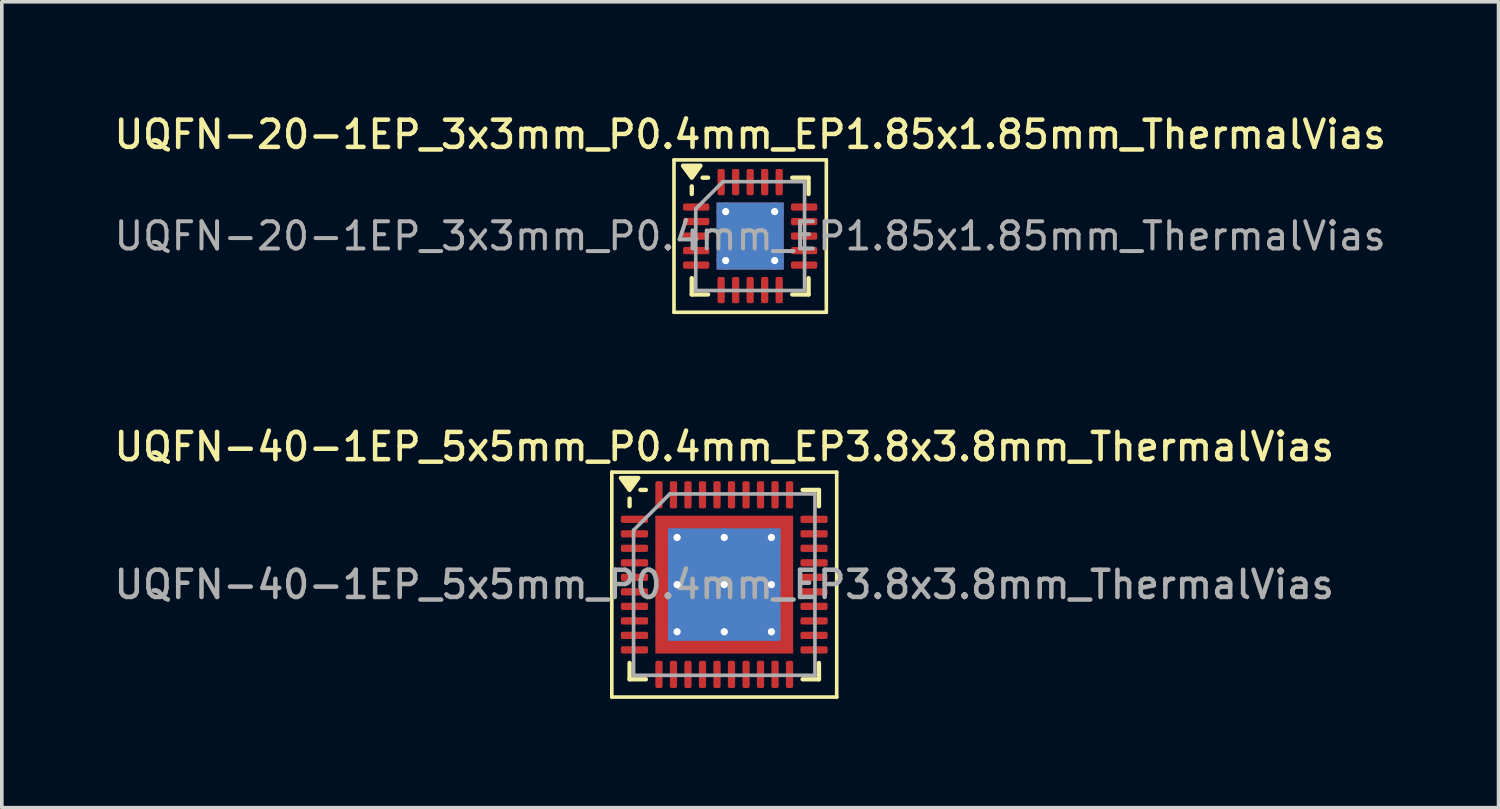
<source format=kicad_pcb>
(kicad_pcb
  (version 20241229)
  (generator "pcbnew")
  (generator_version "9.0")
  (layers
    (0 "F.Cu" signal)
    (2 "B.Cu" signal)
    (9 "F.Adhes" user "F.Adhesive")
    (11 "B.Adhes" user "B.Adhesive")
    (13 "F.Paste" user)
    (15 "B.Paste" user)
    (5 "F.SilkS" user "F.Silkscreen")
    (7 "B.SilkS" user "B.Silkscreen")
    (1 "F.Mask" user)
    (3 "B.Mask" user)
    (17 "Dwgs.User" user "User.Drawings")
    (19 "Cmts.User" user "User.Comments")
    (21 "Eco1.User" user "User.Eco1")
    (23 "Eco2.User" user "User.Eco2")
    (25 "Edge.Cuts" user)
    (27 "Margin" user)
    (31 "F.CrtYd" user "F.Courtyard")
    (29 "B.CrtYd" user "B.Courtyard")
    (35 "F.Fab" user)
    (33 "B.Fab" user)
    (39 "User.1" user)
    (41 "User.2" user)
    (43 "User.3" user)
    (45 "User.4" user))
  (footprint "UQFN-40-1EP_5x5mm_P0.4mm_EP3.8x3.8mm_ThermalVias"
    (layer "F.Cu")
    (at 16.916 13.066)
    (property "Reference" "UQFN-40-1EP_5x5mm_P0.4mm_EP3.8x3.8mm_ThermalVias" (at 0 -3.8 0) (layer "F.SilkS") (effects (font (size 0.75 0.75) (thickness 0.125))))
    (attr smd)
    (fp_line (start -3.1 -3.1) (end -3.1 3.1) (stroke (width 0.1) (type solid)) (layer "F.SilkS"))
    (fp_line (start -3.1 3.1) (end 3.1 3.1) (stroke (width 0.1) (type solid)) (layer "F.SilkS"))
    (fp_line (start -2.61 -2.16) (end -2.61 -2.37) (stroke (width 0.12) (type solid)) (layer "F.SilkS"))
    (fp_line (start -2.61 2.61) (end -2.61 2.16) (stroke (width 0.12) (type solid)) (layer "F.SilkS"))
    (fp_line (start -2.16 -2.61) (end -2.31 -2.61) (stroke (width 0.12) (type solid)) (layer "F.SilkS"))
    (fp_line (start -2.16 2.61) (end -2.61 2.61) (stroke (width 0.12) (type solid)) (layer "F.SilkS"))
    (fp_line (start 2.16 -2.61) (end 2.61 -2.61) (stroke (width 0.12) (type solid)) (layer "F.SilkS"))
    (fp_line (start 2.16 2.61) (end 2.61 2.61) (stroke (width 0.12) (type solid)) (layer "F.SilkS"))
    (fp_line (start 2.61 -2.61) (end 2.61 -2.16) (stroke (width 0.12) (type solid)) (layer "F.SilkS"))
    (fp_line (start 2.61 2.61) (end 2.61 2.16) (stroke (width 0.12) (type solid)) (layer "F.SilkS"))
    (fp_line (start 3.1 -3.1) (end -3.1 -3.1) (stroke (width 0.1) (type solid)) (layer "F.SilkS"))
    (fp_line (start 3.1 3.1) (end 3.1 -3.1) (stroke (width 0.1) (type solid)) (layer "F.SilkS"))
    (fp_poly (pts (xy -2.61 -2.61) (xy -2.85 -2.94) (xy -2.37 -2.94) (xy -2.61 -2.61)) (stroke (width 0.12) (type solid)) (fill yes) (layer "F.SilkS"))
    (fp_line (start -2.5 -1.5) (end -1.5 -2.5) (stroke (width 0.1) (type solid)) (layer "F.Fab"))
    (fp_line (start -2.5 2.5) (end -2.5 -1.5) (stroke (width 0.1) (type solid)) (layer "F.Fab"))
    (fp_line (start -1.5 -2.5) (end 2.5 -2.5) (stroke (width 0.1) (type solid)) (layer "F.Fab"))
    (fp_line (start 2.5 -2.5) (end 2.5 2.5) (stroke (width 0.1) (type solid)) (layer "F.Fab"))
    (fp_line (start 2.5 2.5) (end -2.5 2.5) (stroke (width 0.1) (type solid)) (layer "F.Fab"))
    (fp_text user "${REFERENCE}" (at 0 0 0) (layer "F.Fab") (effects (font (size 0.75 0.75) (thickness 0.125))))
    (pad "" smd custom (at -1.6 -1.6) (size 0.366 0.366) (layers "F.Paste") (options (anchor circle)) (primitives (gr_poly (pts (xy -0.124 -0.124) (xy 0.124 -0.124) (xy 0.124 0.026) (xy 0.026 0.124) (xy -0.124 0.124)) (width 0.236) (fill yes))))
    (pad "" smd custom (at -1.6 -0.65) (size 0.414 0.414) (layers "F.Paste") (options (anchor circle)) (primitives (gr_poly (pts (xy -0.172 -0.454) (xy 0.114 -0.454) (xy 0.172 -0.396) (xy 0.172 0.396) (xy 0.114 0.454) (xy -0.172 0.454)) (width 0.14) (fill yes))))
    (pad "" smd custom (at -1.6 0.65) (size 0.414 0.414) (layers "F.Paste") (options (anchor circle)) (primitives (gr_poly (pts (xy -0.172 -0.454) (xy 0.114 -0.454) (xy 0.172 -0.396) (xy 0.172 0.396) (xy 0.114 0.454) (xy -0.172 0.454)) (width 0.14) (fill yes))))
    (pad "" smd custom (at -1.6 1.6) (size 0.366 0.366) (layers "F.Paste") (options (anchor circle)) (primitives (gr_poly (pts (xy -0.124 -0.124) (xy 0.026 -0.124) (xy 0.124 -0.026) (xy 0.124 0.124) (xy -0.124 0.124)) (width 0.236) (fill yes))))
    (pad "" smd custom (at -0.65 -1.6) (size 0.414 0.414) (layers "F.Paste") (options (anchor circle)) (primitives (gr_poly (pts (xy -0.454 -0.172) (xy 0.454 -0.172) (xy 0.454 0.114) (xy 0.396 0.172) (xy -0.396 0.172) (xy -0.454 0.114)) (width 0.14) (fill yes))))
    (pad "" smd roundrect (at -0.65 -0.65) (size 1.048 1.048) (layers "F.Paste") (roundrect_rratio 0.239))
    (pad "" smd roundrect (at -0.65 0.65) (size 1.048 1.048) (layers "F.Paste") (roundrect_rratio 0.239))
    (pad "" smd custom (at -0.65 1.6) (size 0.414 0.414) (layers "F.Paste") (options (anchor circle)) (primitives (gr_poly (pts (xy -0.454 -0.114) (xy -0.396 -0.172) (xy 0.396 -0.172) (xy 0.454 -0.114) (xy 0.454 0.172) (xy -0.454 0.172)) (width 0.14) (fill yes))))
    (pad "" smd custom (at 0.65 -1.6) (size 0.414 0.414) (layers "F.Paste") (options (anchor circle)) (primitives (gr_poly (pts (xy -0.454 -0.172) (xy 0.454 -0.172) (xy 0.454 0.114) (xy 0.396 0.172) (xy -0.396 0.172) (xy -0.454 0.114)) (width 0.14) (fill yes))))
    (pad "" smd roundrect (at 0.65 -0.65) (size 1.048 1.048) (layers "F.Paste") (roundrect_rratio 0.239))
    (pad "" smd roundrect (at 0.65 0.65) (size 1.048 1.048) (layers "F.Paste") (roundrect_rratio 0.239))
    (pad "" smd custom (at 0.65 1.6) (size 0.414 0.414) (layers "F.Paste") (options (anchor circle)) (primitives (gr_poly (pts (xy -0.454 -0.114) (xy -0.396 -0.172) (xy 0.396 -0.172) (xy 0.454 -0.114) (xy 0.454 0.172) (xy -0.454 0.172)) (width 0.14) (fill yes))))
    (pad "" smd custom (at 1.6 -1.6) (size 0.366 0.366) (layers "F.Paste") (options (anchor circle)) (primitives (gr_poly (pts (xy -0.124 -0.124) (xy 0.124 -0.124) (xy 0.124 0.124) (xy -0.026 0.124) (xy -0.124 0.026)) (width 0.236) (fill yes))))
    (pad "" smd custom (at 1.6 -0.65) (size 0.414 0.414) (layers "F.Paste") (options (anchor circle)) (primitives (gr_poly (pts (xy -0.172 -0.396) (xy -0.114 -0.454) (xy 0.172 -0.454) (xy 0.172 0.454) (xy -0.114 0.454) (xy -0.172 0.396)) (width 0.14) (fill yes))))
    (pad "" smd custom (at 1.6 0.65) (size 0.414 0.414) (layers "F.Paste") (options (anchor circle)) (primitives (gr_poly (pts (xy -0.172 -0.396) (xy -0.114 -0.454) (xy 0.172 -0.454) (xy 0.172 0.454) (xy -0.114 0.454) (xy -0.172 0.396)) (width 0.14) (fill yes))))
    (pad "" smd custom (at 1.6 1.6) (size 0.366 0.366) (layers "F.Paste") (options (anchor circle)) (primitives (gr_poly (pts (xy -0.124 -0.026) (xy -0.026 -0.124) (xy 0.124 -0.124) (xy 0.124 0.124) (xy -0.124 0.124)) (width 0.236) (fill yes))))
    (pad "1" smd roundrect (at -2.475 -1.8) (size 0.75 0.2) (layers "F.Cu" "F.Mask" "F.Paste") (roundrect_rratio 0.25))
    (pad "2" smd roundrect (at -2.475 -1.4) (size 0.75 0.2) (layers "F.Cu" "F.Mask" "F.Paste") (roundrect_rratio 0.25))
    (pad "3" smd roundrect (at -2.475 -1) (size 0.75 0.2) (layers "F.Cu" "F.Mask" "F.Paste") (roundrect_rratio 0.25))
    (pad "4" smd roundrect (at -2.475 -0.6) (size 0.75 0.2) (layers "F.Cu" "F.Mask" "F.Paste") (roundrect_rratio 0.25))
    (pad "5" smd roundrect (at -2.475 -0.2) (size 0.75 0.2) (layers "F.Cu" "F.Mask" "F.Paste") (roundrect_rratio 0.25))
    (pad "6" smd roundrect (at -2.475 0.2) (size 0.75 0.2) (layers "F.Cu" "F.Mask" "F.Paste") (roundrect_rratio 0.25))
    (pad "7" smd roundrect (at -2.475 0.6) (size 0.75 0.2) (layers "F.Cu" "F.Mask" "F.Paste") (roundrect_rratio 0.25))
    (pad "8" smd roundrect (at -2.475 1) (size 0.75 0.2) (layers "F.Cu" "F.Mask" "F.Paste") (roundrect_rratio 0.25))
    (pad "9" smd roundrect (at -2.475 1.4) (size 0.75 0.2) (layers "F.Cu" "F.Mask" "F.Paste") (roundrect_rratio 0.25))
    (pad "10" smd roundrect (at -2.475 1.8) (size 0.75 0.2) (layers "F.Cu" "F.Mask" "F.Paste") (roundrect_rratio 0.25))
    (pad "11" smd roundrect (at -1.8 2.475) (size 0.2 0.75) (layers "F.Cu" "F.Mask" "F.Paste") (roundrect_rratio 0.25))
    (pad "12" smd roundrect (at -1.4 2.475) (size 0.2 0.75) (layers "F.Cu" "F.Mask" "F.Paste") (roundrect_rratio 0.25))
    (pad "13" smd roundrect (at -1 2.475) (size 0.2 0.75) (layers "F.Cu" "F.Mask" "F.Paste") (roundrect_rratio 0.25))
    (pad "14" smd roundrect (at -0.6 2.475) (size 0.2 0.75) (layers "F.Cu" "F.Mask" "F.Paste") (roundrect_rratio 0.25))
    (pad "15" smd roundrect (at -0.2 2.475) (size 0.2 0.75) (layers "F.Cu" "F.Mask" "F.Paste") (roundrect_rratio 0.25))
    (pad "16" smd roundrect (at 0.2 2.475) (size 0.2 0.75) (layers "F.Cu" "F.Mask" "F.Paste") (roundrect_rratio 0.25))
    (pad "17" smd roundrect (at 0.6 2.475) (size 0.2 0.75) (layers "F.Cu" "F.Mask" "F.Paste") (roundrect_rratio 0.25))
    (pad "18" smd roundrect (at 1 2.475) (size 0.2 0.75) (layers "F.Cu" "F.Mask" "F.Paste") (roundrect_rratio 0.25))
    (pad "19" smd roundrect (at 1.4 2.475) (size 0.2 0.75) (layers "F.Cu" "F.Mask" "F.Paste") (roundrect_rratio 0.25))
    (pad "20" smd roundrect (at 1.8 2.475) (size 0.2 0.75) (layers "F.Cu" "F.Mask" "F.Paste") (roundrect_rratio 0.25))
    (pad "21" smd roundrect (at 2.475 1.8) (size 0.75 0.2) (layers "F.Cu" "F.Mask" "F.Paste") (roundrect_rratio 0.25))
    (pad "22" smd roundrect (at 2.475 1.4) (size 0.75 0.2) (layers "F.Cu" "F.Mask" "F.Paste") (roundrect_rratio 0.25))
    (pad "23" smd roundrect (at 2.475 1) (size 0.75 0.2) (layers "F.Cu" "F.Mask" "F.Paste") (roundrect_rratio 0.25))
    (pad "24" smd roundrect (at 2.475 0.6) (size 0.75 0.2) (layers "F.Cu" "F.Mask" "F.Paste") (roundrect_rratio 0.25))
    (pad "25" smd roundrect (at 2.475 0.2) (size 0.75 0.2) (layers "F.Cu" "F.Mask" "F.Paste") (roundrect_rratio 0.25))
    (pad "26" smd roundrect (at 2.475 -0.2) (size 0.75 0.2) (layers "F.Cu" "F.Mask" "F.Paste") (roundrect_rratio 0.25))
    (pad "27" smd roundrect (at 2.475 -0.6) (size 0.75 0.2) (layers "F.Cu" "F.Mask" "F.Paste") (roundrect_rratio 0.25))
    (pad "28" smd roundrect (at 2.475 -1) (size 0.75 0.2) (layers "F.Cu" "F.Mask" "F.Paste") (roundrect_rratio 0.25))
    (pad "29" smd roundrect (at 2.475 -1.4) (size 0.75 0.2) (layers "F.Cu" "F.Mask" "F.Paste") (roundrect_rratio 0.25))
    (pad "30" smd roundrect (at 2.475 -1.8) (size 0.75 0.2) (layers "F.Cu" "F.Mask" "F.Paste") (roundrect_rratio 0.25))
    (pad "31" smd roundrect (at 1.8 -2.475) (size 0.2 0.75) (layers "F.Cu" "F.Mask" "F.Paste") (roundrect_rratio 0.25))
    (pad "32" smd roundrect (at 1.4 -2.475) (size 0.2 0.75) (layers "F.Cu" "F.Mask" "F.Paste") (roundrect_rratio 0.25))
    (pad "33" smd roundrect (at 1 -2.475) (size 0.2 0.75) (layers "F.Cu" "F.Mask" "F.Paste") (roundrect_rratio 0.25))
    (pad "34" smd roundrect (at 0.6 -2.475) (size 0.2 0.75) (layers "F.Cu" "F.Mask" "F.Paste") (roundrect_rratio 0.25))
    (pad "35" smd roundrect (at 0.2 -2.475) (size 0.2 0.75) (layers "F.Cu" "F.Mask" "F.Paste") (roundrect_rratio 0.25))
    (pad "36" smd roundrect (at -0.2 -2.475) (size 0.2 0.75) (layers "F.Cu" "F.Mask" "F.Paste") (roundrect_rratio 0.25))
    (pad "37" smd roundrect (at -0.6 -2.475) (size 0.2 0.75) (layers "F.Cu" "F.Mask" "F.Paste") (roundrect_rratio 0.25))
    (pad "38" smd roundrect (at -1 -2.475) (size 0.2 0.75) (layers "F.Cu" "F.Mask" "F.Paste") (roundrect_rratio 0.25))
    (pad "39" smd roundrect (at -1.4 -2.475) (size 0.2 0.75) (layers "F.Cu" "F.Mask" "F.Paste") (roundrect_rratio 0.25))
    (pad "40" smd roundrect (at -1.8 -2.475) (size 0.2 0.75) (layers "F.Cu" "F.Mask" "F.Paste") (roundrect_rratio 0.25))
    (pad "41" thru_hole circle (at -1.3 -1.3) (size 0.5 0.5) (drill 0.2) (property pad_prop_heatsink) (layers "*.Cu"))
    (pad "41" thru_hole circle (at -1.3 0) (size 0.5 0.5) (drill 0.2) (property pad_prop_heatsink) (layers "*.Cu"))
    (pad "41" thru_hole circle (at -1.3 1.3) (size 0.5 0.5) (drill 0.2) (property pad_prop_heatsink) (layers "*.Cu"))
    (pad "41" thru_hole circle (at 0 -1.3) (size 0.5 0.5) (drill 0.2) (property pad_prop_heatsink) (layers "*.Cu"))
    (pad "41" thru_hole circle (at 0 0) (size 0.5 0.5) (drill 0.2) (property pad_prop_heatsink) (layers "*.Cu"))
    (pad "41" smd rect (at 0 0) (size 3.1 3.1) (property pad_prop_heatsink) (layers "B.Cu"))
    (pad "41" smd rect (at 0 0) (size 3.8 3.8) (property pad_prop_heatsink) (layers "F.Cu" "F.Mask"))
    (pad "41" thru_hole circle (at 0 1.3) (size 0.5 0.5) (drill 0.2) (property pad_prop_heatsink) (layers "*.Cu"))
    (pad "41" thru_hole circle (at 1.3 -1.3) (size 0.5 0.5) (drill 0.2) (property pad_prop_heatsink) (layers "*.Cu"))
    (pad "41" thru_hole circle (at 1.3 0) (size 0.5 0.5) (drill 0.2) (property pad_prop_heatsink) (layers "*.Cu"))
    (pad "41" thru_hole circle (at 1.3 1.3) (size 0.5 0.5) (drill 0.2) (property pad_prop_heatsink) (layers "*.Cu")))
  (footprint "UQFN-20-1EP_3x3mm_P0.4mm_EP1.85x1.85mm_ThermalVias"
    (layer "F.Cu")
    (at 17.63 3.458)
    (property "Reference" "UQFN-20-1EP_3x3mm_P0.4mm_EP1.85x1.85mm_ThermalVias" (at 0 -2.8 0) (layer "F.SilkS") (effects (font (size 0.75 0.75) (thickness 0.125))))
    (attr smd)
    (fp_line (start -2.1 -2.1) (end -2.1 2.1) (stroke (width 0.1) (type solid)) (layer "F.SilkS"))
    (fp_line (start -2.1 2.1) (end 2.1 2.1) (stroke (width 0.1) (type solid)) (layer "F.SilkS"))
    (fp_line (start -1.61 -1.16) (end -1.61 -1.37) (stroke (width 0.12) (type solid)) (layer "F.SilkS"))
    (fp_line (start -1.61 1.61) (end -1.61 1.16) (stroke (width 0.12) (type solid)) (layer "F.SilkS"))
    (fp_line (start -1.16 -1.61) (end -1.31 -1.61) (stroke (width 0.12) (type solid)) (layer "F.SilkS"))
    (fp_line (start -1.16 1.61) (end -1.61 1.61) (stroke (width 0.12) (type solid)) (layer "F.SilkS"))
    (fp_line (start 1.16 -1.61) (end 1.61 -1.61) (stroke (width 0.12) (type solid)) (layer "F.SilkS"))
    (fp_line (start 1.16 1.61) (end 1.61 1.61) (stroke (width 0.12) (type solid)) (layer "F.SilkS"))
    (fp_line (start 1.61 -1.61) (end 1.61 -1.16) (stroke (width 0.12) (type solid)) (layer "F.SilkS"))
    (fp_line (start 1.61 1.61) (end 1.61 1.16) (stroke (width 0.12) (type solid)) (layer "F.SilkS"))
    (fp_line (start 2.1 -2.1) (end -2.1 -2.1) (stroke (width 0.1) (type solid)) (layer "F.SilkS"))
    (fp_line (start 2.1 2.1) (end 2.1 -2.1) (stroke (width 0.1) (type solid)) (layer "F.SilkS"))
    (fp_poly (pts (xy -1.61 -1.61) (xy -1.85 -1.94) (xy -1.37 -1.94) (xy -1.61 -1.61)) (stroke (width 0.12) (type solid)) (fill yes) (layer "F.SilkS"))
    (fp_line (start -1.5 -0.75) (end -0.75 -1.5) (stroke (width 0.1) (type solid)) (layer "F.Fab"))
    (fp_line (start -1.5 1.5) (end -1.5 -0.75) (stroke (width 0.1) (type solid)) (layer "F.Fab"))
    (fp_line (start -0.75 -1.5) (end 1.5 -1.5) (stroke (width 0.1) (type solid)) (layer "F.Fab"))
    (fp_line (start 1.5 -1.5) (end 1.5 1.5) (stroke (width 0.1) (type solid)) (layer "F.Fab"))
    (fp_line (start 1.5 1.5) (end -1.5 1.5) (stroke (width 0.1) (type solid)) (layer "F.Fab"))
    (fp_text user "${REFERENCE}" (at 0 0 0) (layer "F.Fab") (effects (font (size 0.75 0.75) (thickness 0.11))))
    (pad "" smd roundrect (at -0.46 -0.46) (size 0.8 0.8) (layers "F.Paste") (roundrect_rratio 0.25))
    (pad "" smd roundrect (at -0.46 0.46) (size 0.8 0.8) (layers "F.Paste") (roundrect_rratio 0.25))
    (pad "" smd roundrect (at 0.46 -0.46) (size 0.8 0.8) (layers "F.Paste") (roundrect_rratio 0.25))
    (pad "" smd roundrect (at 0.46 0.46) (size 0.8 0.8) (layers "F.Paste") (roundrect_rratio 0.25))
    (pad "1" smd roundrect (at -1.488 -0.8) (size 0.725 0.2) (layers "F.Cu" "F.Mask" "F.Paste") (roundrect_rratio 0.25))
    (pad "2" smd roundrect (at -1.488 -0.4) (size 0.725 0.2) (layers "F.Cu" "F.Mask" "F.Paste") (roundrect_rratio 0.25))
    (pad "3" smd roundrect (at -1.488 0) (size 0.725 0.2) (layers "F.Cu" "F.Mask" "F.Paste") (roundrect_rratio 0.25))
    (pad "4" smd roundrect (at -1.488 0.4) (size 0.725 0.2) (layers "F.Cu" "F.Mask" "F.Paste") (roundrect_rratio 0.25))
    (pad "5" smd roundrect (at -1.488 0.8) (size 0.725 0.2) (layers "F.Cu" "F.Mask" "F.Paste") (roundrect_rratio 0.25))
    (pad "6" smd roundrect (at -0.8 1.488) (size 0.2 0.725) (layers "F.Cu" "F.Mask" "F.Paste") (roundrect_rratio 0.25))
    (pad "7" smd roundrect (at -0.4 1.488) (size 0.2 0.725) (layers "F.Cu" "F.Mask" "F.Paste") (roundrect_rratio 0.25))
    (pad "8" smd roundrect (at 0 1.488) (size 0.2 0.725) (layers "F.Cu" "F.Mask" "F.Paste") (roundrect_rratio 0.25))
    (pad "9" smd roundrect (at 0.4 1.488) (size 0.2 0.725) (layers "F.Cu" "F.Mask" "F.Paste") (roundrect_rratio 0.25))
    (pad "10" smd roundrect (at 0.8 1.488) (size 0.2 0.725) (layers "F.Cu" "F.Mask" "F.Paste") (roundrect_rratio 0.25))
    (pad "11" smd roundrect (at 1.488 0.8) (size 0.725 0.2) (layers "F.Cu" "F.Mask" "F.Paste") (roundrect_rratio 0.25))
    (pad "12" smd roundrect (at 1.488 0.4) (size 0.725 0.2) (layers "F.Cu" "F.Mask" "F.Paste") (roundrect_rratio 0.25))
    (pad "13" smd roundrect (at 1.488 0) (size 0.725 0.2) (layers "F.Cu" "F.Mask" "F.Paste") (roundrect_rratio 0.25))
    (pad "14" smd roundrect (at 1.488 -0.4) (size 0.725 0.2) (layers "F.Cu" "F.Mask" "F.Paste") (roundrect_rratio 0.25))
    (pad "15" smd roundrect (at 1.488 -0.8) (size 0.725 0.2) (layers "F.Cu" "F.Mask" "F.Paste") (roundrect_rratio 0.25))
    (pad "16" smd roundrect (at 0.8 -1.488) (size 0.2 0.725) (layers "F.Cu" "F.Mask" "F.Paste") (roundrect_rratio 0.25))
    (pad "17" smd roundrect (at 0.4 -1.488) (size 0.2 0.725) (layers "F.Cu" "F.Mask" "F.Paste") (roundrect_rratio 0.25))
    (pad "18" smd roundrect (at 0 -1.488) (size 0.2 0.725) (layers "F.Cu" "F.Mask" "F.Paste") (roundrect_rratio 0.25))
    (pad "19" smd roundrect (at -0.4 -1.488) (size 0.2 0.725) (layers "F.Cu" "F.Mask" "F.Paste") (roundrect_rratio 0.25))
    (pad "20" smd roundrect (at -0.8 -1.488) (size 0.2 0.725) (layers "F.Cu" "F.Mask" "F.Paste") (roundrect_rratio 0.25))
    (pad "21" thru_hole circle (at -0.675 -0.675) (size 0.5 0.5) (drill 0.2) (property pad_prop_heatsink) (layers "*.Cu"))
    (pad "21" thru_hole circle (at -0.675 0.675) (size 0.5 0.5) (drill 0.2) (property pad_prop_heatsink) (layers "*.Cu"))
    (pad "21" smd rect (at 0 0) (size 1.85 1.85) (property pad_prop_heatsink) (layers "F.Cu" "F.Mask"))
    (pad "21" smd rect (at 0 0) (size 1.85 1.85) (property pad_prop_heatsink) (layers "B.Cu"))
    (pad "21" thru_hole circle (at 0.675 -0.675) (size 0.5 0.5) (drill 0.2) (property pad_prop_heatsink) (layers "*.Cu"))
    (pad "21" thru_hole circle (at 0.675 0.675) (size 0.5 0.5) (drill 0.2) (property pad_prop_heatsink) (layers "*.Cu")))
  (gr_rect
    (start -3 -3)
    (end 38.261 19.216)
    (stroke (width 0.1) (type default))
    (fill no)
    (layer "Edge.Cuts")))
</source>
